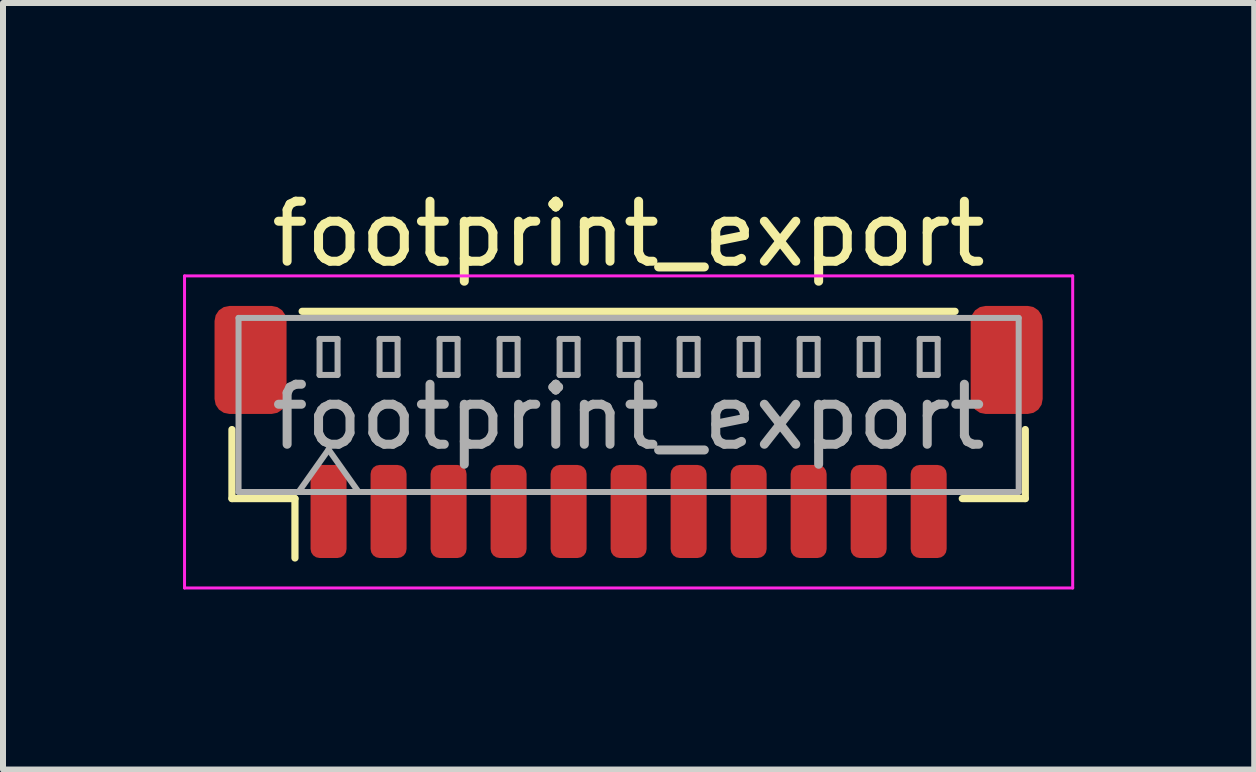
<source format=kicad_pcb>
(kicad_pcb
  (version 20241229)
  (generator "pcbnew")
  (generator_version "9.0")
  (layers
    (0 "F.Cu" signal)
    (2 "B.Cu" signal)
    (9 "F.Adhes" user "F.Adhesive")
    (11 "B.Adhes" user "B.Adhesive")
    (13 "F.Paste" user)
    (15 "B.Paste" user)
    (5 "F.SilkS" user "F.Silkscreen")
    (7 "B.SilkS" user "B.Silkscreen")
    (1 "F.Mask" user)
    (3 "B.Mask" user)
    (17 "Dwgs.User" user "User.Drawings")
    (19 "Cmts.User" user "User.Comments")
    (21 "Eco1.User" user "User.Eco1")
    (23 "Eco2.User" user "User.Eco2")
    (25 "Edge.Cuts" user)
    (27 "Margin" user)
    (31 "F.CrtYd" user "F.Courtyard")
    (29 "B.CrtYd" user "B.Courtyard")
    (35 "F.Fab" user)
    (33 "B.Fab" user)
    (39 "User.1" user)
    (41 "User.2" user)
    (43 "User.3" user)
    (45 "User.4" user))
  (footprint "footprint_export"
    (layer "F.Cu")
    (at 7.425 4.148)
    (property "Reference" "footprint_export" (at 0 -3.3 0) (layer "F.SilkS") (effects (font (size 1 1) (thickness 0.15))))
    (attr smd)
    (fp_line (start -6.61 -0.04) (end -6.61 1.11) (stroke (width 0.12) (type solid)) (layer "F.SilkS"))
    (fp_line (start -6.61 1.11) (end -5.56 1.11) (stroke (width 0.12) (type solid)) (layer "F.SilkS"))
    (fp_line (start -5.56 1.11) (end -5.56 2.1) (stroke (width 0.12) (type solid)) (layer "F.SilkS"))
    (fp_line (start -5.44 -2.01) (end 5.44 -2.01) (stroke (width 0.12) (type solid)) (layer "F.SilkS"))
    (fp_line (start 6.61 -0.04) (end 6.61 1.11) (stroke (width 0.12) (type solid)) (layer "F.SilkS"))
    (fp_line (start 6.61 1.11) (end 5.56 1.11) (stroke (width 0.12) (type solid)) (layer "F.SilkS"))
    (fp_line (start -7.4 -2.6) (end -7.4 2.6) (stroke (width 0.05) (type solid)) (layer "F.CrtYd"))
    (fp_line (start -7.4 2.6) (end 7.4 2.6) (stroke (width 0.05) (type solid)) (layer "F.CrtYd"))
    (fp_line (start 7.4 -2.6) (end -7.4 -2.6) (stroke (width 0.05) (type solid)) (layer "F.CrtYd"))
    (fp_line (start 7.4 2.6) (end 7.4 -2.6) (stroke (width 0.05) (type solid)) (layer "F.CrtYd"))
    (fp_line (start -6.5 -1.9) (end 6.5 -1.9) (stroke (width 0.1) (type solid)) (layer "F.Fab"))
    (fp_line (start -6.5 1) (end -6.5 -1.9) (stroke (width 0.1) (type solid)) (layer "F.Fab"))
    (fp_line (start -6.5 1) (end 6.5 1) (stroke (width 0.1) (type solid)) (layer "F.Fab"))
    (fp_line (start -5.5 1) (end -5 0.293) (stroke (width 0.1) (type solid)) (layer "F.Fab"))
    (fp_line (start -5.15 -1.55) (end -5.15 -0.95) (stroke (width 0.1) (type solid)) (layer "F.Fab"))
    (fp_line (start -5.15 -0.95) (end -4.85 -0.95) (stroke (width 0.1) (type solid)) (layer "F.Fab"))
    (fp_line (start -5 0.293) (end -4.5 1) (stroke (width 0.1) (type solid)) (layer "F.Fab"))
    (fp_line (start -4.85 -1.55) (end -5.15 -1.55) (stroke (width 0.1) (type solid)) (layer "F.Fab"))
    (fp_line (start -4.85 -0.95) (end -4.85 -1.55) (stroke (width 0.1) (type solid)) (layer "F.Fab"))
    (fp_line (start -4.15 -1.55) (end -4.15 -0.95) (stroke (width 0.1) (type solid)) (layer "F.Fab"))
    (fp_line (start -4.15 -0.95) (end -3.85 -0.95) (stroke (width 0.1) (type solid)) (layer "F.Fab"))
    (fp_line (start -3.85 -1.55) (end -4.15 -1.55) (stroke (width 0.1) (type solid)) (layer "F.Fab"))
    (fp_line (start -3.85 -0.95) (end -3.85 -1.55) (stroke (width 0.1) (type solid)) (layer "F.Fab"))
    (fp_line (start -3.15 -1.55) (end -3.15 -0.95) (stroke (width 0.1) (type solid)) (layer "F.Fab"))
    (fp_line (start -3.15 -0.95) (end -2.85 -0.95) (stroke (width 0.1) (type solid)) (layer "F.Fab"))
    (fp_line (start -2.85 -1.55) (end -3.15 -1.55) (stroke (width 0.1) (type solid)) (layer "F.Fab"))
    (fp_line (start -2.85 -0.95) (end -2.85 -1.55) (stroke (width 0.1) (type solid)) (layer "F.Fab"))
    (fp_line (start -2.15 -1.55) (end -2.15 -0.95) (stroke (width 0.1) (type solid)) (layer "F.Fab"))
    (fp_line (start -2.15 -0.95) (end -1.85 -0.95) (stroke (width 0.1) (type solid)) (layer "F.Fab"))
    (fp_line (start -1.85 -1.55) (end -2.15 -1.55) (stroke (width 0.1) (type solid)) (layer "F.Fab"))
    (fp_line (start -1.85 -0.95) (end -1.85 -1.55) (stroke (width 0.1) (type solid)) (layer "F.Fab"))
    (fp_line (start -1.15 -1.55) (end -1.15 -0.95) (stroke (width 0.1) (type solid)) (layer "F.Fab"))
    (fp_line (start -1.15 -0.95) (end -0.85 -0.95) (stroke (width 0.1) (type solid)) (layer "F.Fab"))
    (fp_line (start -0.85 -1.55) (end -1.15 -1.55) (stroke (width 0.1) (type solid)) (layer "F.Fab"))
    (fp_line (start -0.85 -0.95) (end -0.85 -1.55) (stroke (width 0.1) (type solid)) (layer "F.Fab"))
    (fp_line (start -0.15 -1.55) (end -0.15 -0.95) (stroke (width 0.1) (type solid)) (layer "F.Fab"))
    (fp_line (start -0.15 -0.95) (end 0.15 -0.95) (stroke (width 0.1) (type solid)) (layer "F.Fab"))
    (fp_line (start 0.15 -1.55) (end -0.15 -1.55) (stroke (width 0.1) (type solid)) (layer "F.Fab"))
    (fp_line (start 0.15 -0.95) (end 0.15 -1.55) (stroke (width 0.1) (type solid)) (layer "F.Fab"))
    (fp_line (start 0.85 -1.55) (end 0.85 -0.95) (stroke (width 0.1) (type solid)) (layer "F.Fab"))
    (fp_line (start 0.85 -0.95) (end 1.15 -0.95) (stroke (width 0.1) (type solid)) (layer "F.Fab"))
    (fp_line (start 1.15 -1.55) (end 0.85 -1.55) (stroke (width 0.1) (type solid)) (layer "F.Fab"))
    (fp_line (start 1.15 -0.95) (end 1.15 -1.55) (stroke (width 0.1) (type solid)) (layer "F.Fab"))
    (fp_line (start 1.85 -1.55) (end 1.85 -0.95) (stroke (width 0.1) (type solid)) (layer "F.Fab"))
    (fp_line (start 1.85 -0.95) (end 2.15 -0.95) (stroke (width 0.1) (type solid)) (layer "F.Fab"))
    (fp_line (start 2.15 -1.55) (end 1.85 -1.55) (stroke (width 0.1) (type solid)) (layer "F.Fab"))
    (fp_line (start 2.15 -0.95) (end 2.15 -1.55) (stroke (width 0.1) (type solid)) (layer "F.Fab"))
    (fp_line (start 2.85 -1.55) (end 2.85 -0.95) (stroke (width 0.1) (type solid)) (layer "F.Fab"))
    (fp_line (start 2.85 -0.95) (end 3.15 -0.95) (stroke (width 0.1) (type solid)) (layer "F.Fab"))
    (fp_line (start 3.15 -1.55) (end 2.85 -1.55) (stroke (width 0.1) (type solid)) (layer "F.Fab"))
    (fp_line (start 3.15 -0.95) (end 3.15 -1.55) (stroke (width 0.1) (type solid)) (layer "F.Fab"))
    (fp_line (start 3.85 -1.55) (end 3.85 -0.95) (stroke (width 0.1) (type solid)) (layer "F.Fab"))
    (fp_line (start 3.85 -0.95) (end 4.15 -0.95) (stroke (width 0.1) (type solid)) (layer "F.Fab"))
    (fp_line (start 4.15 -1.55) (end 3.85 -1.55) (stroke (width 0.1) (type solid)) (layer "F.Fab"))
    (fp_line (start 4.15 -0.95) (end 4.15 -1.55) (stroke (width 0.1) (type solid)) (layer "F.Fab"))
    (fp_line (start 4.85 -1.55) (end 4.85 -0.95) (stroke (width 0.1) (type solid)) (layer "F.Fab"))
    (fp_line (start 4.85 -0.95) (end 5.15 -0.95) (stroke (width 0.1) (type solid)) (layer "F.Fab"))
    (fp_line (start 5.15 -1.55) (end 4.85 -1.55) (stroke (width 0.1) (type solid)) (layer "F.Fab"))
    (fp_line (start 5.15 -0.95) (end 5.15 -1.55) (stroke (width 0.1) (type solid)) (layer "F.Fab"))
    (fp_line (start 6.5 1) (end 6.5 -1.9) (stroke (width 0.1) (type solid)) (layer "F.Fab"))
    (fp_text user "${REFERENCE}" (at 0 -0.25 0) (layer "F.Fab") (effects (font (size 1 1) (thickness 0.15))))
    (pad "1" smd roundrect (at -5 1.325) (size 0.6 1.55) (layers "F.Cu" "F.Mask" "F.Paste") (roundrect_rratio 0.25))
    (pad "2" smd roundrect (at -4 1.325) (size 0.6 1.55) (layers "F.Cu" "F.Mask" "F.Paste") (roundrect_rratio 0.25))
    (pad "3" smd roundrect (at -3 1.325) (size 0.6 1.55) (layers "F.Cu" "F.Mask" "F.Paste") (roundrect_rratio 0.25))
    (pad "4" smd roundrect (at -2 1.325) (size 0.6 1.55) (layers "F.Cu" "F.Mask" "F.Paste") (roundrect_rratio 0.25))
    (pad "5" smd roundrect (at -1 1.325) (size 0.6 1.55) (layers "F.Cu" "F.Mask" "F.Paste") (roundrect_rratio 0.25))
    (pad "6" smd roundrect (at 0 1.325) (size 0.6 1.55) (layers "F.Cu" "F.Mask" "F.Paste") (roundrect_rratio 0.25))
    (pad "7" smd roundrect (at 1 1.325) (size 0.6 1.55) (layers "F.Cu" "F.Mask" "F.Paste") (roundrect_rratio 0.25))
    (pad "8" smd roundrect (at 2 1.325) (size 0.6 1.55) (layers "F.Cu" "F.Mask" "F.Paste") (roundrect_rratio 0.25))
    (pad "9" smd roundrect (at 3 1.325) (size 0.6 1.55) (layers "F.Cu" "F.Mask" "F.Paste") (roundrect_rratio 0.25))
    (pad "10" smd roundrect (at 4 1.325) (size 0.6 1.55) (layers "F.Cu" "F.Mask" "F.Paste") (roundrect_rratio 0.25))
    (pad "11" smd roundrect (at 5 1.325) (size 0.6 1.55) (layers "F.Cu" "F.Mask" "F.Paste") (roundrect_rratio 0.25))
    (pad "MP" smd roundrect (at -6.3 -1.2) (size 1.2 1.8) (layers "F.Cu" "F.Mask" "F.Paste") (roundrect_rratio 0.208))
    (pad "MP" smd roundrect (at 6.3 -1.2) (size 1.2 1.8) (layers "F.Cu" "F.Mask" "F.Paste") (roundrect_rratio 0.208)))
  (gr_rect
    (start -3 -3)
    (end 17.85 9.773)
    (stroke (width 0.1) (type default))
    (fill no)
    (layer "Edge.Cuts")))
</source>
